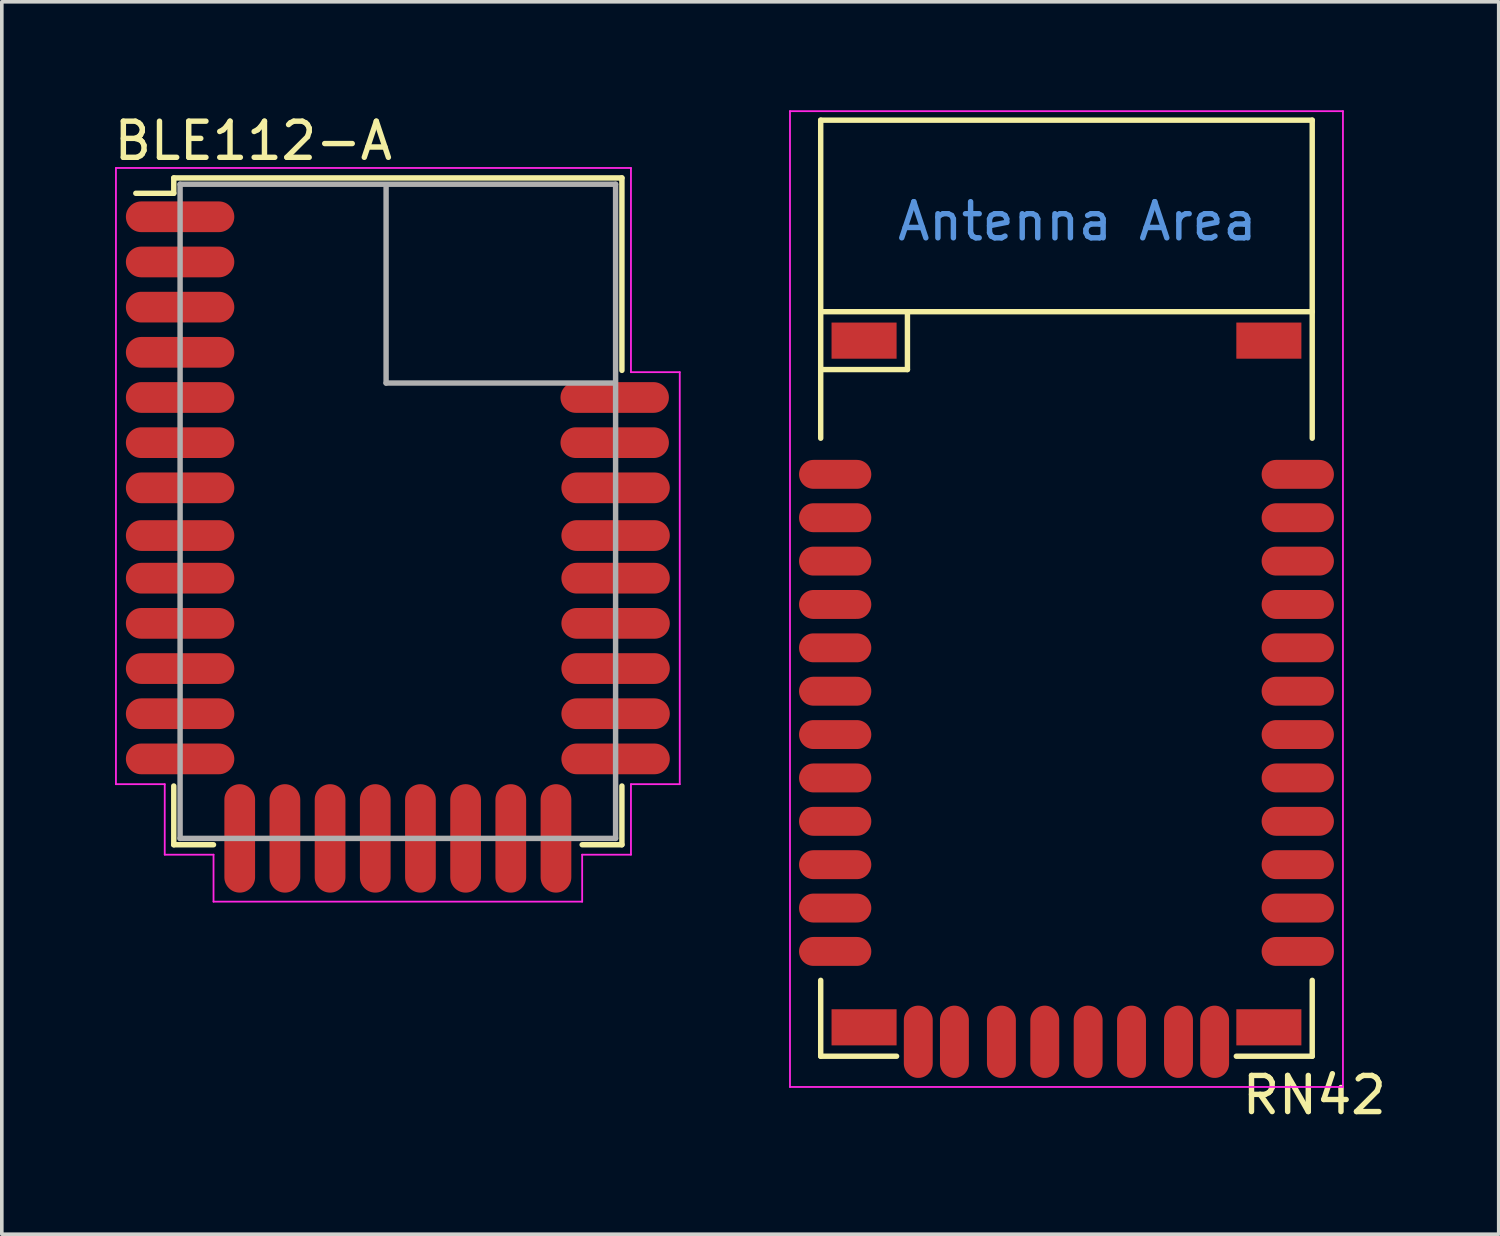
<source format=kicad_pcb>
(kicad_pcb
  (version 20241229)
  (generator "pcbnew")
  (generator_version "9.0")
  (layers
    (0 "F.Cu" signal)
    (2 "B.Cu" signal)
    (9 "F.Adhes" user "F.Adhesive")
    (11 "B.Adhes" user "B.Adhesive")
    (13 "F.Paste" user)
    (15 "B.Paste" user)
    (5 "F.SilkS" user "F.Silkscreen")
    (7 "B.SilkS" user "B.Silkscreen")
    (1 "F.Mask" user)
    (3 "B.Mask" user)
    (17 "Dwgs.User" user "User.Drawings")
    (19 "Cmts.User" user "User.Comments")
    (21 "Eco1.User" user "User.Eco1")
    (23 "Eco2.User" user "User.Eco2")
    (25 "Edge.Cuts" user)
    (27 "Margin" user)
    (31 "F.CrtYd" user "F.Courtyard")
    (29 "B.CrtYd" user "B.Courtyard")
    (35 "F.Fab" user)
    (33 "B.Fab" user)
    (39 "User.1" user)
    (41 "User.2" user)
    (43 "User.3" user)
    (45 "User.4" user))
  (footprint "BLE112-A"
    (layer "F.Cu")
    (at 7.958 11.548)
    (property "Reference" "BLE112-A" (at -4 -10.7 0) (layer "F.SilkS") (effects (font (size 1 1) (thickness 0.15))))
    (attr smd)
    (fp_line (start -6.2 -9.675) (end -6.2 -9.25) (stroke (width 0.15) (type solid)) (layer "F.SilkS"))
    (fp_line (start -6.2 -9.25) (end -7.25 -9.25) (stroke (width 0.15) (type solid)) (layer "F.SilkS"))
    (fp_line (start -6.2 8.775) (end -6.2 7.15) (stroke (width 0.15) (type solid)) (layer "F.SilkS"))
    (fp_line (start -5.1 8.775) (end -6.2 8.775) (stroke (width 0.15) (type solid)) (layer "F.SilkS"))
    (fp_line (start 5.1 8.775) (end 6.2 8.775) (stroke (width 0.15) (type solid)) (layer "F.SilkS"))
    (fp_line (start 6.2 -9.675) (end -6.2 -9.675) (stroke (width 0.15) (type solid)) (layer "F.SilkS"))
    (fp_line (start 6.2 -4.35) (end 6.2 -9.675) (stroke (width 0.15) (type solid)) (layer "F.SilkS"))
    (fp_line (start 6.2 8.775) (end 6.2 7.15) (stroke (width 0.15) (type solid)) (layer "F.SilkS"))
    (fp_line (start -7.8 -9.95) (end -7.8 7.1) (stroke (width 0.05) (type solid)) (layer "F.CrtYd"))
    (fp_line (start -7.8 7.1) (end -6.45 7.1) (stroke (width 0.05) (type solid)) (layer "F.CrtYd"))
    (fp_line (start -6.45 7.1) (end -6.45 9.05) (stroke (width 0.05) (type solid)) (layer "F.CrtYd"))
    (fp_line (start -6.45 9.05) (end -5.1 9.05) (stroke (width 0.05) (type solid)) (layer "F.CrtYd"))
    (fp_line (start -5.1 9.05) (end -5.1 10.35) (stroke (width 0.05) (type solid)) (layer "F.CrtYd"))
    (fp_line (start -5.1 10.35) (end 5.1 10.35) (stroke (width 0.05) (type solid)) (layer "F.CrtYd"))
    (fp_line (start 5.1 9.05) (end 6.45 9.05) (stroke (width 0.05) (type solid)) (layer "F.CrtYd"))
    (fp_line (start 5.1 10.35) (end 5.1 9.05) (stroke (width 0.05) (type solid)) (layer "F.CrtYd"))
    (fp_line (start 6.45 -9.95) (end -7.8 -9.95) (stroke (width 0.05) (type solid)) (layer "F.CrtYd"))
    (fp_line (start 6.45 -4.3) (end 6.45 -9.95) (stroke (width 0.05) (type solid)) (layer "F.CrtYd"))
    (fp_line (start 6.45 7.1) (end 7.8 7.1) (stroke (width 0.05) (type solid)) (layer "F.CrtYd"))
    (fp_line (start 6.45 9.05) (end 6.45 7.1) (stroke (width 0.05) (type solid)) (layer "F.CrtYd"))
    (fp_line (start 7.8 -4.3) (end 6.45 -4.3) (stroke (width 0.05) (type solid)) (layer "F.CrtYd"))
    (fp_line (start 7.8 7.1) (end 7.8 -4.3) (stroke (width 0.05) (type solid)) (layer "F.CrtYd"))
    (fp_line (start -6.025 -9.5) (end -6.025 8.6) (stroke (width 0.15) (type solid)) (layer "F.Fab"))
    (fp_line (start -6.025 8.6) (end 6.025 8.6) (stroke (width 0.15) (type solid)) (layer "F.Fab"))
    (fp_line (start -0.325 -4) (end -0.325 -9.45) (stroke (width 0.15) (type solid)) (layer "F.Fab"))
    (fp_line (start 6 -4) (end -0.325 -4) (stroke (width 0.15) (type solid)) (layer "F.Fab"))
    (fp_line (start 6.025 -9.5) (end -6.025 -9.5) (stroke (width 0.15) (type solid)) (layer "F.Fab"))
    (fp_line (start 6.025 8.6) (end 6.025 -9.5) (stroke (width 0.15) (type solid)) (layer "F.Fab"))
    (pad "1" smd oval (at -6.025 -8.6) (size 3 0.85) (layers "F.Cu" "F.Mask" "F.Paste"))
    (pad "2" smd oval (at -6.025 -7.35) (size 3 0.85) (layers "F.Cu" "F.Mask" "F.Paste"))
    (pad "3" smd oval (at -6.025 -6.1) (size 3 0.85) (layers "F.Cu" "F.Mask" "F.Paste"))
    (pad "4" smd oval (at -6.025 -4.85) (size 3 0.85) (layers "F.Cu" "F.Mask" "F.Paste"))
    (pad "5" smd oval (at -6.025 -3.6) (size 3 0.85) (layers "F.Cu" "F.Mask" "F.Paste"))
    (pad "6" smd oval (at -6.025 -2.35) (size 3 0.85) (layers "F.Cu" "F.Mask" "F.Paste"))
    (pad "7" smd oval (at -6.025 -1.1) (size 3 0.85) (layers "F.Cu" "F.Mask" "F.Paste"))
    (pad "8" smd oval (at -6.025 0.22) (size 3 0.85) (layers "F.Cu" "F.Mask" "F.Paste"))
    (pad "9" smd oval (at -6.025 1.4) (size 3 0.85) (layers "F.Cu" "F.Mask" "F.Paste"))
    (pad "10" smd oval (at -6.025 2.65) (size 3 0.85) (layers "F.Cu" "F.Mask" "F.Paste"))
    (pad "11" smd oval (at -6.025 3.9) (size 3 0.85) (layers "F.Cu" "F.Mask" "F.Paste"))
    (pad "12" smd oval (at -6.025 5.15) (size 3 0.85) (layers "F.Cu" "F.Mask" "F.Paste"))
    (pad "13" smd oval (at -6.025 6.4) (size 3 0.85) (layers "F.Cu" "F.Mask" "F.Paste"))
    (pad "14" smd oval (at -4.375 8.6 90) (size 3 0.85) (layers "F.Cu" "F.Mask" "F.Paste"))
    (pad "15" smd oval (at -3.125 8.6 90) (size 3 0.85) (layers "F.Cu" "F.Mask" "F.Paste"))
    (pad "16" smd oval (at -1.875 8.6 90) (size 3 0.85) (layers "F.Cu" "F.Mask" "F.Paste"))
    (pad "17" smd oval (at -0.625 8.6 90) (size 3 0.85) (layers "F.Cu" "F.Mask" "F.Paste"))
    (pad "18" smd oval (at 0.625 8.6 90) (size 3 0.85) (layers "F.Cu" "F.Mask" "F.Paste"))
    (pad "19" smd oval (at 1.875 8.6 90) (size 3 0.85) (layers "F.Cu" "F.Mask" "F.Paste"))
    (pad "20" smd oval (at 3.125 8.6 90) (size 3 0.85) (layers "F.Cu" "F.Mask" "F.Paste"))
    (pad "21" smd oval (at 4.375 8.6 90) (size 3 0.85) (layers "F.Cu" "F.Mask" "F.Paste"))
    (pad "22" smd oval (at 6.025 6.4) (size 3 0.85) (layers "F.Cu" "F.Mask" "F.Paste"))
    (pad "23" smd oval (at 6.025 5.15) (size 3 0.85) (layers "F.Cu" "F.Mask" "F.Paste"))
    (pad "24" smd oval (at 6.025 3.9) (size 3 0.85) (layers "F.Cu" "F.Mask" "F.Paste"))
    (pad "25" smd oval (at 6.025 2.65) (size 3 0.85) (layers "F.Cu" "F.Mask" "F.Paste"))
    (pad "26" smd oval (at 6.025 1.4) (size 3 0.85) (layers "F.Cu" "F.Mask" "F.Paste"))
    (pad "27" smd oval (at 6.025 0.22) (size 3 0.85) (layers "F.Cu" "F.Mask" "F.Paste"))
    (pad "28" smd oval (at 6.025 -1.1) (size 3 0.85) (layers "F.Cu" "F.Mask" "F.Paste"))
    (pad "29" smd oval (at 6 -2.35) (size 3 0.85) (layers "F.Cu" "F.Mask" "F.Paste"))
    (pad "30" smd oval (at 6 -3.6) (size 3 0.85) (layers "F.Cu" "F.Mask" "F.Paste")))
  (footprint "RN42"
    (layer "F.Cu")
    (at 26.458 16.075)
    (property "Reference" "RN42" (at 6.858 11.176 0) (layer "F.SilkS") (effects (font (size 1 1) (thickness 0.15))))
    (attr smd)
    (fp_line (start -6.8 -15.8) (end 6.8 -15.8) (stroke (width 0.15) (type solid)) (layer "F.SilkS"))
    (fp_line (start -6.8 -10.5) (end 6.8 -10.5) (stroke (width 0.15) (type solid)) (layer "F.SilkS"))
    (fp_line (start -6.8 -8.9) (end -4.4 -8.9) (stroke (width 0.15) (type solid)) (layer "F.SilkS"))
    (fp_line (start -6.8 -7) (end -6.8 -15.8) (stroke (width 0.15) (type solid)) (layer "F.SilkS"))
    (fp_line (start -6.8 10.1) (end -6.8 8) (stroke (width 0.15) (type solid)) (layer "F.SilkS"))
    (fp_line (start -4.7 10.1) (end -6.8 10.1) (stroke (width 0.15) (type solid)) (layer "F.SilkS"))
    (fp_line (start -4.4 -8.9) (end -4.4 -10.5) (stroke (width 0.15) (type solid)) (layer "F.SilkS"))
    (fp_line (start 4.7 10.1) (end 6.8 10.1) (stroke (width 0.15) (type solid)) (layer "F.SilkS"))
    (fp_line (start 6.8 -15.8) (end 6.8 -7) (stroke (width 0.15) (type solid)) (layer "F.SilkS"))
    (fp_line (start 6.8 10.1) (end 6.8 8) (stroke (width 0.15) (type solid)) (layer "F.SilkS"))
    (fp_line (start -7.65 -16.05) (end 7.65 -16.05) (stroke (width 0.05) (type solid)) (layer "F.CrtYd"))
    (fp_line (start -7.65 10.95) (end -7.65 -16.05) (stroke (width 0.05) (type solid)) (layer "F.CrtYd"))
    (fp_line (start 7.65 -16.05) (end 7.65 10.95) (stroke (width 0.05) (type solid)) (layer "F.CrtYd"))
    (fp_line (start 7.65 10.95) (end -7.65 10.95) (stroke (width 0.05) (type solid)) (layer "F.CrtYd"))
    (fp_text user "Antenna Area" (at 0.3 -13 0) (layer "Cmts.User") (effects (font (size 1 1) (thickness 0.15))))
    (pad "1" smd oval (at -6.4 -6) (size 2 0.8) (layers "F.Cu" "F.Mask" "F.Paste"))
    (pad "2" smd oval (at -6.4 -4.8) (size 2 0.8) (layers "F.Cu" "F.Mask" "F.Paste"))
    (pad "3" smd oval (at -6.4 -3.6) (size 2 0.8) (layers "F.Cu" "F.Mask" "F.Paste"))
    (pad "4" smd oval (at -6.4 -2.4) (size 2 0.8) (layers "F.Cu" "F.Mask" "F.Paste"))
    (pad "5" smd oval (at -6.4 -1.2) (size 2 0.8) (layers "F.Cu" "F.Mask" "F.Paste"))
    (pad "6" smd oval (at -6.4 0) (size 2 0.8) (layers "F.Cu" "F.Mask" "F.Paste"))
    (pad "7" smd oval (at -6.4 1.2) (size 2 0.8) (layers "F.Cu" "F.Mask" "F.Paste"))
    (pad "8" smd oval (at -6.4 2.4) (size 2 0.8) (layers "F.Cu" "F.Mask" "F.Paste"))
    (pad "9" smd oval (at -6.4 3.6) (size 2 0.8) (layers "F.Cu" "F.Mask" "F.Paste"))
    (pad "10" smd oval (at -6.4 4.8) (size 2 0.8) (layers "F.Cu" "F.Mask" "F.Paste"))
    (pad "11" smd oval (at -6.4 6) (size 2 0.8) (layers "F.Cu" "F.Mask" "F.Paste"))
    (pad "12" smd oval (at -6.4 7.2) (size 2 0.8) (layers "F.Cu" "F.Mask" "F.Paste"))
    (pad "13" smd oval (at 6.4 7.2) (size 2 0.8) (layers "F.Cu" "F.Mask" "F.Paste"))
    (pad "14" smd oval (at 6.4 6) (size 2 0.8) (layers "F.Cu" "F.Mask" "F.Paste"))
    (pad "15" smd oval (at 6.4 4.8) (size 2 0.8) (layers "F.Cu" "F.Mask" "F.Paste"))
    (pad "16" smd oval (at 6.4 3.6) (size 2 0.8) (layers "F.Cu" "F.Mask" "F.Paste"))
    (pad "17" smd oval (at 6.4 2.4) (size 2 0.8) (layers "F.Cu" "F.Mask" "F.Paste"))
    (pad "18" smd oval (at 6.4 1.2) (size 2 0.8) (layers "F.Cu" "F.Mask" "F.Paste"))
    (pad "19" smd oval (at 6.4 0) (size 2 0.8) (layers "F.Cu" "F.Mask" "F.Paste"))
    (pad "20" smd oval (at 6.4 -1.2) (size 2 0.8) (layers "F.Cu" "F.Mask" "F.Paste"))
    (pad "21" smd oval (at 6.4 -2.4) (size 2 0.8) (layers "F.Cu" "F.Mask" "F.Paste"))
    (pad "22" smd oval (at 6.4 -3.6) (size 2 0.8) (layers "F.Cu" "F.Mask" "F.Paste"))
    (pad "23" smd oval (at 6.4 -4.8) (size 2 0.8) (layers "F.Cu" "F.Mask" "F.Paste"))
    (pad "24" smd oval (at 6.4 -6) (size 2 0.8) (layers "F.Cu" "F.Mask" "F.Paste"))
    (pad "28" smd oval (at 3.1 9.7 90) (size 2 0.8) (layers "F.Cu" "F.Mask" "F.Paste"))
    (pad "29" smd oval (at -3.1 9.7 90) (size 2 0.8) (layers "F.Cu" "F.Mask" "F.Paste"))
    (pad "30" smd oval (at 4.1 9.7 90) (size 2 0.8) (layers "F.Cu" "F.Mask" "F.Paste"))
    (pad "31" smd oval (at 1.8 9.7 90) (size 2 0.8) (layers "F.Cu" "F.Mask" "F.Paste"))
    (pad "32" smd oval (at 0.6 9.7 90) (size 2 0.8) (layers "F.Cu" "F.Mask" "F.Paste"))
    (pad "33" smd oval (at -0.6 9.7 90) (size 2 0.8) (layers "F.Cu" "F.Mask" "F.Paste"))
    (pad "34" smd oval (at -1.8 9.7 90) (size 2 0.8) (layers "F.Cu" "F.Mask" "F.Paste"))
    (pad "35" smd oval (at -4.1 9.7 90) (size 2 0.8) (layers "F.Cu" "F.Mask" "F.Paste"))
    (pad "36" smd rect (at -5.6 -9.7) (size 1.8 1) (layers "F.Cu" "F.Mask" "F.Paste"))
    (pad "36" smd rect (at -5.6 9.3) (size 1.8 1) (layers "F.Cu" "F.Mask" "F.Paste"))
    (pad "36" smd rect (at 5.6 -9.7) (size 1.8 1) (layers "F.Cu" "F.Mask" "F.Paste"))
    (pad "36" smd rect (at 5.6 9.3) (size 1.8 1) (layers "F.Cu" "F.Mask" "F.Paste")))
  (gr_rect
    (start -3 -3)
    (end 38.418 31.099)
    (stroke (width 0.1) (type default))
    (fill no)
    (layer "Edge.Cuts")))
</source>
